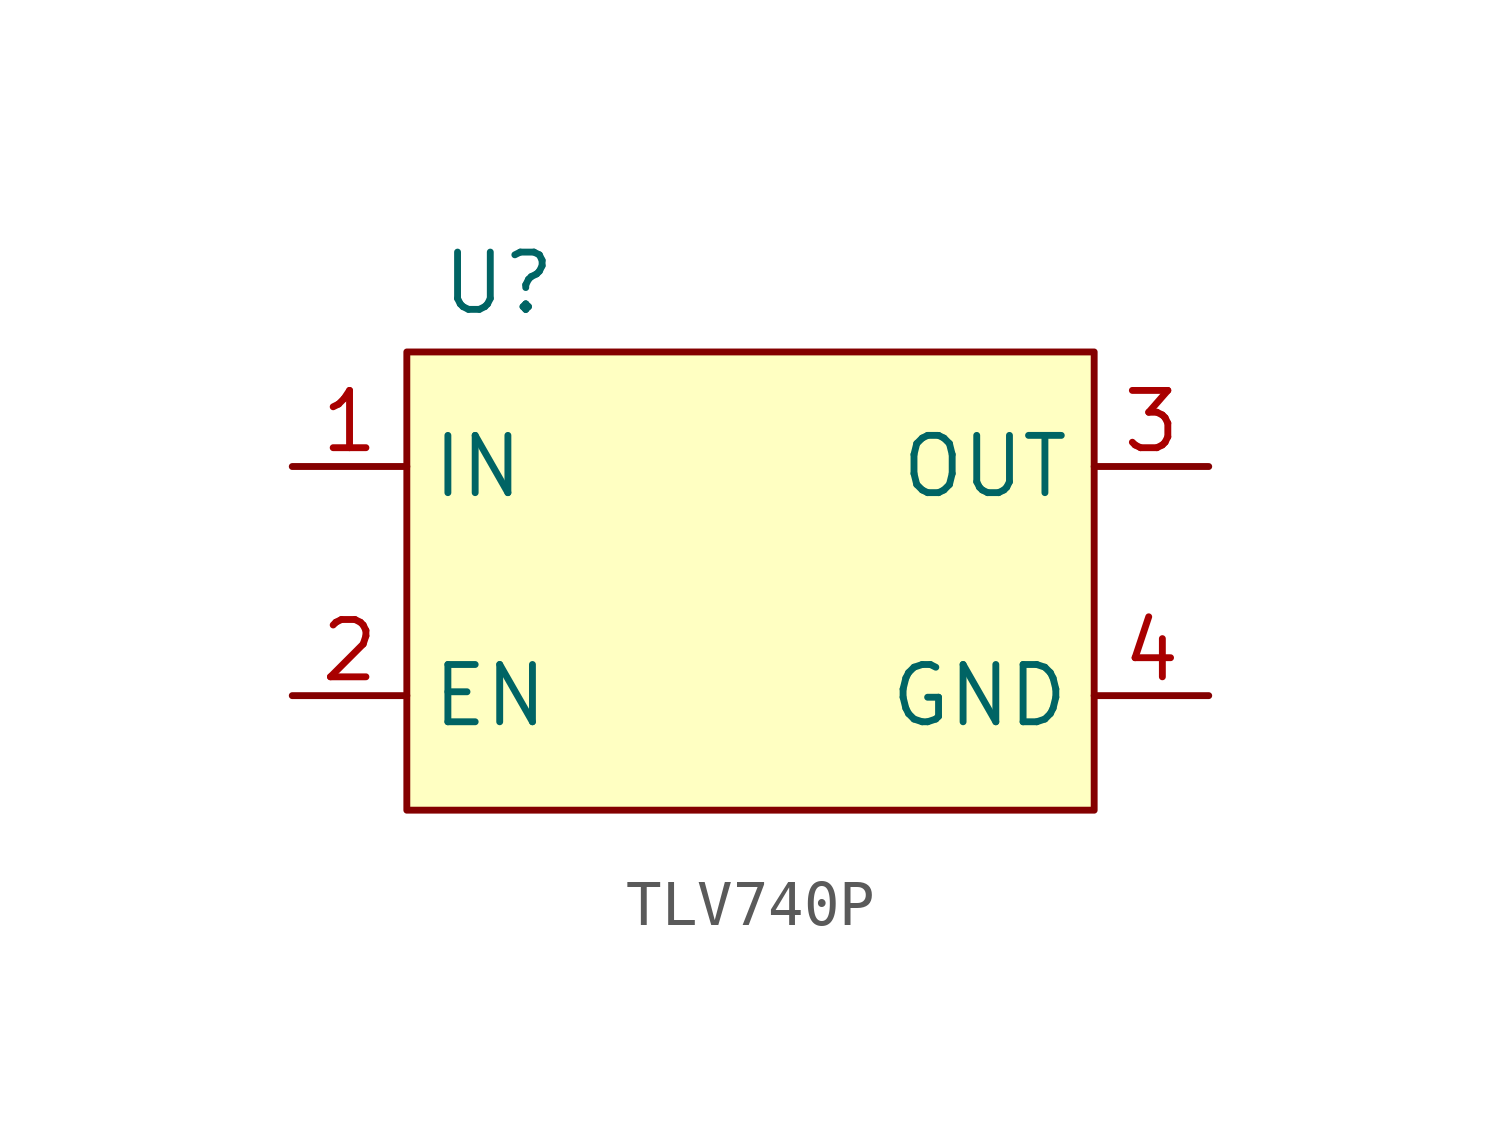
<source format=kicad_sym>
(kicad_symbol_lib
  (version 20241209)
  (generator "kicad_symbol_editor")
  (generator_version "9.0")
  (symbol "TLV740P"
    (property "Reference" "U"
      (at -5.588 7.874 0)
      (effects (font (size 1.27 1.27))))
    (property "Value" ""
      (at -3.81 3.81 0)
      (effects (font (size 1.27 1.27))))
    (symbol "TLV740P_1_1"
      (rectangle (start -7.62 6.35) (end 7.62 -3.81) (stroke (width 0) (type solid)) (fill (type background)))
      (pin power_in line (at -10.16 3.81 0) (length 2.54) (name "IN" (effects (font (size 1.27 1.27)))) (number "1" (effects (font (size 1.27 1.27)))))
      (pin input line (at -10.16 -1.27 0) (length 2.54) (name "EN" (effects (font (size 1.27 1.27)))) (number "2" (effects (font (size 1.27 1.27)))))
      (pin power_out line (at 10.16 3.81 180) (length 2.54) (name "OUT" (effects (font (size 1.27 1.27)))) (number "3" (effects (font (size 1.27 1.27)))))
      (pin power_in line (at 10.16 -1.27 180) (length 2.54) (name "GND" (effects (font (size 1.27 1.27)))) (number "4" (effects (font (size 1.27 1.27))))))))
</source>
